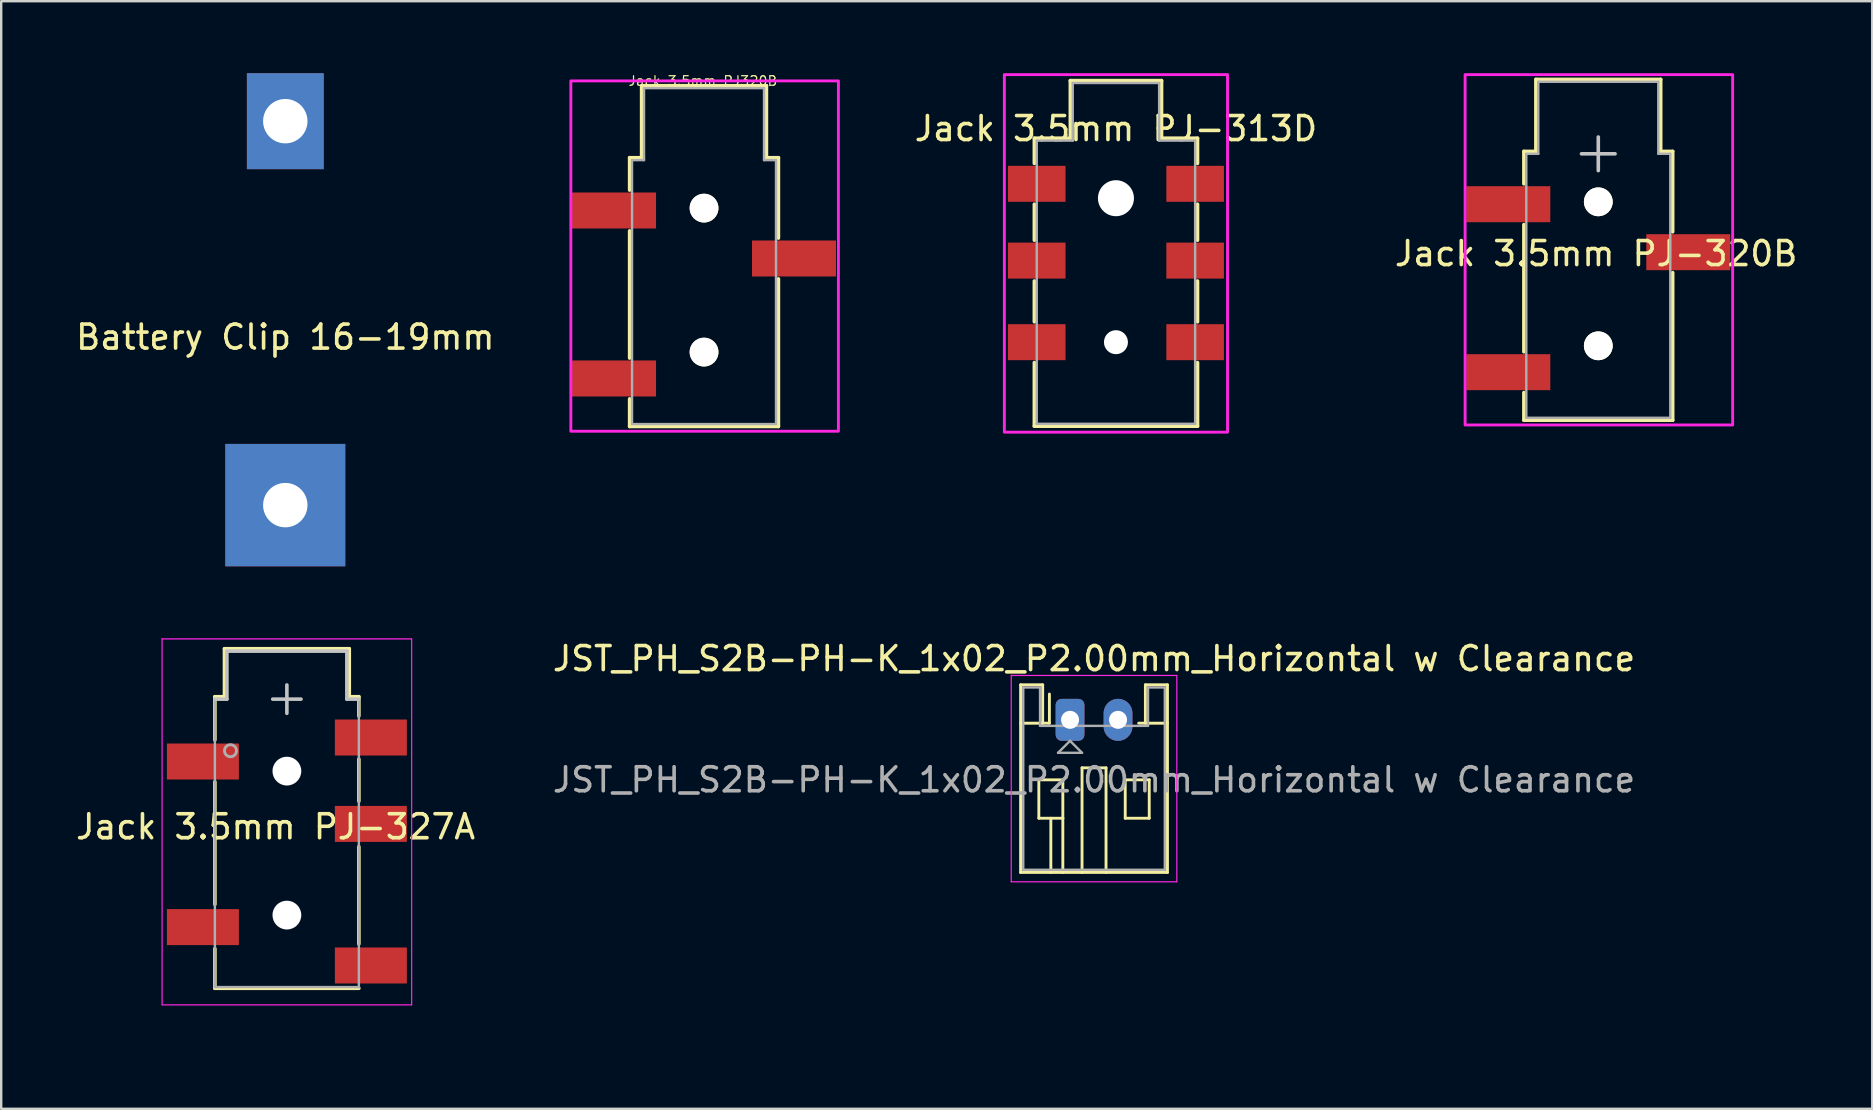
<source format=kicad_pcb>
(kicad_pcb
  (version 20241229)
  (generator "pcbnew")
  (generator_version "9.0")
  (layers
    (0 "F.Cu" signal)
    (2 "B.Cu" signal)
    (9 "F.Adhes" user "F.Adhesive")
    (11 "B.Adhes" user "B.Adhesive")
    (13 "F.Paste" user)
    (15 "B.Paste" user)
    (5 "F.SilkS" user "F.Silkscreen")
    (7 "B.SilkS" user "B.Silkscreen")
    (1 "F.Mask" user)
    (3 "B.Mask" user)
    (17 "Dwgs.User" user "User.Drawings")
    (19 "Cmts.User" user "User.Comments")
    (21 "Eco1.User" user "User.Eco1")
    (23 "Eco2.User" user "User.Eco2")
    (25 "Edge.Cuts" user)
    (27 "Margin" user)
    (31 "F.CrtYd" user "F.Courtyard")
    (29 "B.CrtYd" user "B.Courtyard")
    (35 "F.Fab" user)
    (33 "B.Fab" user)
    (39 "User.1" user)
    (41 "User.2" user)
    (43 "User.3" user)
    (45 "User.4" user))
  (footprint "JST_PH_S2B-PH-K_1x02_P2.00mm_Horizontal w Clearance"
    (layer "F.Cu")
    (at 41.542 26.948)
    (property "Reference" "JST_PH_S2B-PH-K_1x02_P2.00mm_Horizontal w Clearance" (at 1 -2.55 0) (layer "F.SilkS") (effects (font (size 1 1) (thickness 0.15))))
    (attr through_hole)
    (fp_line (start -2.06 -1.46) (end -2.06 6.36) (stroke (width 0.12) (type solid)) (layer "F.SilkS"))
    (fp_line (start -2.06 0.14) (end -1.14 0.14) (stroke (width 0.12) (type solid)) (layer "F.SilkS"))
    (fp_line (start -2.06 6.36) (end 4.06 6.36) (stroke (width 0.12) (type solid)) (layer "F.SilkS"))
    (fp_line (start -1.3 2.5) (end -1.3 4.1) (stroke (width 0.12) (type solid)) (layer "F.SilkS"))
    (fp_line (start -1.3 4.1) (end -0.3 4.1) (stroke (width 0.12) (type solid)) (layer "F.SilkS"))
    (fp_line (start -1.14 -1.46) (end -2.06 -1.46) (stroke (width 0.12) (type solid)) (layer "F.SilkS"))
    (fp_line (start -1.14 0.14) (end -1.14 -1.46) (stroke (width 0.12) (type solid)) (layer "F.SilkS"))
    (fp_line (start -0.86 0.14) (end -1.14 0.14) (stroke (width 0.12) (type solid)) (layer "F.SilkS"))
    (fp_line (start -0.86 0.14) (end -0.86 -1.075) (stroke (width 0.12) (type solid)) (layer "F.SilkS"))
    (fp_line (start -0.8 4.1) (end -0.8 6.36) (stroke (width 0.12) (type solid)) (layer "F.SilkS"))
    (fp_line (start -0.3 2.5) (end -1.3 2.5) (stroke (width 0.12) (type solid)) (layer "F.SilkS"))
    (fp_line (start -0.3 4.1) (end -0.3 2.5) (stroke (width 0.12) (type solid)) (layer "F.SilkS"))
    (fp_line (start -0.3 4.1) (end -0.3 6.36) (stroke (width 0.12) (type solid)) (layer "F.SilkS"))
    (fp_line (start 0.5 2) (end 1.5 2) (stroke (width 0.12) (type solid)) (layer "F.SilkS"))
    (fp_line (start 0.5 6.36) (end 0.5 2) (stroke (width 0.12) (type solid)) (layer "F.SilkS"))
    (fp_line (start 1.5 2) (end 1.5 6.36) (stroke (width 0.12) (type solid)) (layer "F.SilkS"))
    (fp_line (start 2.3 2.5) (end 3.3 2.5) (stroke (width 0.12) (type solid)) (layer "F.SilkS"))
    (fp_line (start 2.3 4.1) (end 2.3 2.5) (stroke (width 0.12) (type solid)) (layer "F.SilkS"))
    (fp_line (start 3.14 -1.46) (end 3.14 0.14) (stroke (width 0.12) (type solid)) (layer "F.SilkS"))
    (fp_line (start 3.14 0.14) (end 2.86 0.14) (stroke (width 0.12) (type solid)) (layer "F.SilkS"))
    (fp_line (start 3.3 2.5) (end 3.3 4.1) (stroke (width 0.12) (type solid)) (layer "F.SilkS"))
    (fp_line (start 3.3 4.1) (end 2.3 4.1) (stroke (width 0.12) (type solid)) (layer "F.SilkS"))
    (fp_line (start 4.06 -1.46) (end 3.14 -1.46) (stroke (width 0.12) (type solid)) (layer "F.SilkS"))
    (fp_line (start 4.06 0.14) (end 3.14 0.14) (stroke (width 0.12) (type solid)) (layer "F.SilkS"))
    (fp_line (start 4.06 6.36) (end 4.06 -1.46) (stroke (width 0.12) (type solid)) (layer "F.SilkS"))
    (fp_line (start -2.45 -1.85) (end -2.45 6.75) (stroke (width 0.05) (type solid)) (layer "F.CrtYd"))
    (fp_line (start -2.45 6.75) (end 4.45 6.75) (stroke (width 0.05) (type solid)) (layer "F.CrtYd"))
    (fp_line (start 4.45 -1.85) (end -2.45 -1.85) (stroke (width 0.05) (type solid)) (layer "F.CrtYd"))
    (fp_line (start 4.45 6.75) (end 4.45 -1.85) (stroke (width 0.05) (type solid)) (layer "F.CrtYd"))
    (fp_line (start -1.95 -1.35) (end -1.95 6.25) (stroke (width 0.1) (type solid)) (layer "F.Fab"))
    (fp_line (start -1.95 6.25) (end 3.95 6.25) (stroke (width 0.1) (type solid)) (layer "F.Fab"))
    (fp_line (start -1.25 -1.35) (end -1.95 -1.35) (stroke (width 0.1) (type solid)) (layer "F.Fab"))
    (fp_line (start -1.25 0.25) (end -1.25 -1.35) (stroke (width 0.1) (type solid)) (layer "F.Fab"))
    (fp_line (start -0.5 1.375) (end 0.5 1.375) (stroke (width 0.1) (type solid)) (layer "F.Fab"))
    (fp_line (start 0 0.875) (end -0.5 1.375) (stroke (width 0.1) (type solid)) (layer "F.Fab"))
    (fp_line (start 0.5 1.375) (end 0 0.875) (stroke (width 0.1) (type solid)) (layer "F.Fab"))
    (fp_line (start 3.25 -1.35) (end 3.25 0.25) (stroke (width 0.1) (type solid)) (layer "F.Fab"))
    (fp_line (start 3.25 0.25) (end -1.25 0.25) (stroke (width 0.1) (type solid)) (layer "F.Fab"))
    (fp_line (start 3.95 -1.35) (end 3.25 -1.35) (stroke (width 0.1) (type solid)) (layer "F.Fab"))
    (fp_line (start 3.95 6.25) (end 3.95 -1.35) (stroke (width 0.1) (type solid)) (layer "F.Fab"))
    (fp_text user "${REFERENCE}" (at 1 2.5 0) (layer "F.Fab") (effects (font (size 1 1) (thickness 0.15))))
    (pad "1" thru_hole roundrect (at 0 0) (size 1.2 1.75) (drill 0.75) (layers "*.Cu" "*.Mask") (roundrect_rratio 0.208))
    (pad "2" thru_hole oval (at 2 0) (size 1.2 1.75) (drill 0.75) (layers "*.Cu" "*.Mask"))
    (zone (net_name "") (layers "F.Cu" "F.SilkS") (name "Socket Clearance") (hatch full 0.5) (connect_pads) (min_thickness 0.25) (filled_areas_thickness no) (keepout (tracks allowed) (vias allowed) (pads allowed) (copperpour allowed) (footprints not_allowed)) (placement (enabled no)) (fill) (polygon (pts (xy 39.482 33.308) (xy 45.602 33.308) (xy 45.602 40.158) (xy 39.482 40.158)))))
  (footprint "Jack 3.5mm PJ-313D"
    (layer "F.Cu")
    (at 43.455 2.81)
    (property "Reference" "Jack 3.5mm PJ-313D" (at 0 -0.5 0) (unlocked yes) (layer "F.SilkS") (effects (font (size 1 1) (thickness 0.15))))
    (attr smd)
    (fp_line (start -3.4 -0.1) (end -3.4 0.95) (stroke (width 0.15) (type default)) (layer "F.SilkS"))
    (fp_line (start -3.4 2.65) (end -3.4 4.15) (stroke (width 0.15) (type default)) (layer "F.SilkS"))
    (fp_line (start -3.4 5.85) (end -3.4 7.55) (stroke (width 0.15) (type default)) (layer "F.SilkS"))
    (fp_line (start -3.4 9.25) (end -3.4 11.9) (stroke (width 0.15) (type default)) (layer "F.SilkS"))
    (fp_line (start -3.4 11.9) (end 3.4 11.9) (stroke (width 0.15) (type default)) (layer "F.SilkS"))
    (fp_line (start -1.9 -2.5) (end -1.9 -0.1) (stroke (width 0.15) (type default)) (layer "F.SilkS"))
    (fp_line (start -1.9 -0.1) (end -3.4 -0.1) (stroke (width 0.15) (type default)) (layer "F.SilkS"))
    (fp_line (start 1.9 -2.5) (end -1.9 -2.5) (stroke (width 0.15) (type default)) (layer "F.SilkS"))
    (fp_line (start 1.9 -0.1) (end 1.9 -2.5) (stroke (width 0.15) (type default)) (layer "F.SilkS"))
    (fp_line (start 3.4 -0.1) (end 1.9 -0.1) (stroke (width 0.15) (type default)) (layer "F.SilkS"))
    (fp_line (start 3.4 0.95) (end 3.4 -0.1) (stroke (width 0.15) (type default)) (layer "F.SilkS"))
    (fp_line (start 3.4 4.15) (end 3.4 2.65) (stroke (width 0.15) (type default)) (layer "F.SilkS"))
    (fp_line (start 3.4 7.55) (end 3.4 5.85) (stroke (width 0.15) (type default)) (layer "F.SilkS"))
    (fp_line (start 3.4 11.9) (end 3.4 9.25) (stroke (width 0.15) (type default)) (layer "F.SilkS"))
    (fp_rect (start -4.65 -2.75) (end 4.65 12.15) (stroke (width 0.12) (type default)) (fill no) (layer "F.CrtYd"))
    (fp_line (start -3.3 0) (end -1.8 0) (stroke (width 0.1) (type default)) (layer "F.Fab"))
    (fp_line (start -3.3 11.8) (end -3.3 0) (stroke (width 0.1) (type default)) (layer "F.Fab"))
    (fp_line (start -1.8 -2.4) (end 1.8 -2.4) (stroke (width 0.1) (type default)) (layer "F.Fab"))
    (fp_line (start -1.8 0) (end -1.8 -2.4) (stroke (width 0.1) (type default)) (layer "F.Fab"))
    (fp_line (start 1.8 -2.4) (end 1.8 0) (stroke (width 0.1) (type default)) (layer "F.Fab"))
    (fp_line (start 1.8 0) (end 3.3 0) (stroke (width 0.1) (type default)) (layer "F.Fab"))
    (fp_line (start 3.3 0) (end 3.3 11.8) (stroke (width 0.1) (type default)) (layer "F.Fab"))
    (fp_line (start 3.3 11.8) (end -3.3 11.8) (stroke (width 0.1) (type default)) (layer "F.Fab"))
    (dimension (type center) (layer "Eco1.User") (pts (xy 43.455 2.81) (xy 43.455 3.26)) (style (thickness 0.1) (arrow_length 1.27) (text_position_mode 0) (extension_offset 0.5) (keep_text_aligned yes)))
    (pad "" np_thru_hole circle (at 0 2.4) (size 1.5 1.5) (drill 1.5) (layers "*.Cu" "*.Mask"))
    (pad "" np_thru_hole circle (at 0 8.4) (size 1 1) (drill 1.5) (layers "*.Cu" "*.Mask"))
    (pad "R" smd rect (at -3.3 5) (size 2.4 1.5) (layers "F.Cu" "F.Mask" "F.Paste"))
    (pad "R" smd rect (at 3.3 5) (size 2.4 1.5) (layers "F.Cu" "F.Mask" "F.Paste"))
    (pad "S" smd rect (at -3.3 1.8) (size 2.4 1.5) (layers "F.Cu" "F.Mask" "F.Paste"))
    (pad "S" smd rect (at 3.3 1.8) (size 2.4 1.5) (layers "F.Cu" "F.Mask" "F.Paste"))
    (pad "T" smd rect (at -3.3 8.4) (size 2.4 1.5) (layers "F.Cu" "F.Mask" "F.Paste"))
    (pad "T" smd rect (at 3.3 8.4) (size 2.4 1.5) (layers "F.Cu" "F.Mask" "F.Paste")))
  (footprint "Jack 3.5mm PJ-327A"
    (layer "F.Cu")
    (at 8.905 26.085)
    (property "Reference" "Jack 3.5mm PJ-327A" (at -0.47 5.32 0) (layer "F.SilkS") (effects (font (size 1 1) (thickness 0.15))))
    (attr smd)
    (fp_line (start -3 -0.1) (end -3 1.7) (stroke (width 0.15) (type solid)) (layer "F.SilkS"))
    (fp_line (start -3 -0.1) (end -2.6 -0.1) (stroke (width 0.15) (type solid)) (layer "F.SilkS"))
    (fp_line (start -3 3.45) (end -3 8.55) (stroke (width 0.15) (type solid)) (layer "F.SilkS"))
    (fp_line (start -3 10.4) (end -3 12.05) (stroke (width 0.15) (type solid)) (layer "F.SilkS"))
    (fp_line (start -3 12.05) (end 3 12.05) (stroke (width 0.15) (type solid)) (layer "F.SilkS"))
    (fp_line (start -2.6 -2.1) (end 2.6 -2.1) (stroke (width 0.15) (type solid)) (layer "F.SilkS"))
    (fp_line (start -2.6 -0.1) (end -2.6 -2.1) (stroke (width 0.15) (type solid)) (layer "F.SilkS"))
    (fp_line (start 2.6 -2.1) (end 2.6 -0.1) (stroke (width 0.15) (type solid)) (layer "F.SilkS"))
    (fp_line (start 2.6 -0.1) (end 3 -0.1) (stroke (width 0.15) (type solid)) (layer "F.SilkS"))
    (fp_line (start 3 0.7) (end 3 -0.1) (stroke (width 0.15) (type solid)) (layer "F.SilkS"))
    (fp_line (start 3 2.5) (end 3 4.25) (stroke (width 0.15) (type solid)) (layer "F.SilkS"))
    (fp_line (start 3 6.15) (end 3 10.2) (stroke (width 0.15) (type solid)) (layer "F.SilkS"))
    (fp_line (start -2.5 -2) (end -2.5 0) (stroke (width 0.15) (type solid)) (layer "Dwgs.User"))
    (fp_line (start -2.5 0) (end -3 0) (stroke (width 0.15) (type solid)) (layer "Dwgs.User"))
    (fp_line (start 2.5 -2) (end -2.5 -2) (stroke (width 0.15) (type solid)) (layer "Dwgs.User"))
    (fp_line (start 2.5 0) (end 2.5 -2) (stroke (width 0.15) (type solid)) (layer "Dwgs.User"))
    (fp_line (start 3 0) (end 2.5 0) (stroke (width 0.15) (type solid)) (layer "Dwgs.User"))
    (fp_line (start -5.2 -2.51) (end -5.2 12.74) (stroke (width 0.05) (type solid)) (layer "F.CrtYd"))
    (fp_line (start -5.2 -2.51) (end 5.2 -2.51) (stroke (width 0.05) (type solid)) (layer "F.CrtYd"))
    (fp_line (start -5.2 12.74) (end 5.2 12.74) (stroke (width 0.05) (type solid)) (layer "F.CrtYd"))
    (fp_line (start 5.2 12.74) (end 5.2 -2.51) (stroke (width 0.05) (type solid)) (layer "F.CrtYd"))
    (fp_line (start -3 0) (end -3 12) (stroke (width 0.1) (type solid)) (layer "F.Fab"))
    (fp_line (start -3 12) (end 3 12) (stroke (width 0.1) (type solid)) (layer "F.Fab"))
    (fp_line (start -2.5 0) (end -3 0) (stroke (width 0.1) (type solid)) (layer "F.Fab"))
    (fp_line (start 3 12) (end 3 0) (stroke (width 0.1) (type solid)) (layer "F.Fab"))
    (fp_circle (center -2.35 2.15) (end -2.1 2.15) (stroke (width 0.12) (type solid)) (fill no) (layer "F.Fab"))
    (dimension (type center) (layer "Dwgs.User") (pts (xy 8.905 26.085) (xy 8.905 26.675)) (style (thickness 0.15) (arrow_length 1.27) (text_position_mode 0) (extension_offset 0.5) (keep_text_aligned yes)))
    (pad "" np_thru_hole circle (at 0 3) (size 1.2 1.2) (drill 1.2) (layers "*.Cu" "*.Mask"))
    (pad "" np_thru_hole circle (at 0 9) (size 1.2 1.2) (drill 1.2) (layers "*.Cu" "*.Mask"))
    (pad "R" smd rect (at 3.5 5.2) (size 3 1.5) (layers "F.Cu" "F.Mask" "F.Paste"))
    (pad "S" smd rect (at -3.5 2.6) (size 3 1.5) (layers "F.Cu" "F.Mask" "F.Paste"))
    (pad "SN" smd rect (at 3.5 1.6) (size 3 1.5) (layers "F.Cu" "F.Mask" "F.Paste"))
    (pad "T" smd rect (at -3.5 9.5) (size 3 1.5) (layers "F.Cu" "F.Mask" "F.Paste"))
    (pad "TN" smd rect (at 3.5 11.1) (size 3 1.5) (layers "F.Cu" "F.Mask" "F.Paste")))
  (footprint "Battery Clip 16-19mm"
    (layer "F.Cu")
    (at 8.839 18)
    (property "Reference" "Battery Clip 16-19mm" (at 0 -7 0) (unlocked yes) (layer "F.SilkS") (effects (font (size 1 1) (thickness 0.15))))
    (attr smd)
    (pad "1" thru_hole rect (at 0 -16) (size 3.2 4) (drill 1.85) (layers "*.Cu" "*.Mask"))
    (pad "1" thru_hole rect (at 0 0) (size 5 5.1) (drill 1.85) (layers "*.Cu" "*.Mask")))
  (footprint "Jack 3.5mm PJ-320B"
    (layer "F.Cu")
    (at 63.556 3.36)
    (property "Reference" "Jack 3.5mm PJ-320B" (at -0.09 4.16 0) (layer "F.SilkS") (effects (font (size 1 1) (thickness 0.15))))
    (attr smd)
    (fp_line (start -3.1 -0.1) (end -3.1 1.25) (stroke (width 0.15) (type default)) (layer "F.SilkS"))
    (fp_line (start -3.1 2.95) (end -3.1 8.25) (stroke (width 0.15) (type default)) (layer "F.SilkS"))
    (fp_line (start -3.1 9.95) (end -3.1 11.1) (stroke (width 0.15) (type default)) (layer "F.SilkS"))
    (fp_line (start -3.1 11.1) (end 3.1 11.1) (stroke (width 0.15) (type default)) (layer "F.SilkS"))
    (fp_line (start -2.6 -3.1) (end -2.6 -0.1) (stroke (width 0.15) (type default)) (layer "F.SilkS"))
    (fp_line (start -2.6 -0.1) (end -3.1 -0.1) (stroke (width 0.15) (type default)) (layer "F.SilkS"))
    (fp_line (start 2.6 -3.1) (end -2.6 -3.1) (stroke (width 0.15) (type default)) (layer "F.SilkS"))
    (fp_line (start 2.6 -0.1) (end 2.6 -3.1) (stroke (width 0.15) (type default)) (layer "F.SilkS"))
    (fp_line (start 3.1 -0.1) (end 2.6 -0.1) (stroke (width 0.15) (type default)) (layer "F.SilkS"))
    (fp_line (start 3.1 3.25) (end 3.1 -0.1) (stroke (width 0.15) (type default)) (layer "F.SilkS"))
    (fp_line (start 3.1 11.1) (end 3.1 4.95) (stroke (width 0.15) (type default)) (layer "F.SilkS"))
    (fp_rect (start -5.55 -3.3) (end 5.6 11.3) (stroke (width 0.12) (type default)) (fill no) (layer "F.CrtYd"))
    (fp_line (start -3 0) (end -2.5 0) (stroke (width 0.1) (type default)) (layer "F.Fab"))
    (fp_line (start -3 11) (end -3 0) (stroke (width 0.1) (type default)) (layer "F.Fab"))
    (fp_line (start -2.5 -3) (end 2.5 -3) (stroke (width 0.1) (type solid)) (layer "F.Fab"))
    (fp_line (start -2.5 0) (end -2.5 -3) (stroke (width 0.1) (type default)) (layer "F.Fab"))
    (fp_line (start 2.5 -3) (end 2.5 0) (stroke (width 0.1) (type default)) (layer "F.Fab"))
    (fp_line (start 2.5 0) (end 3 0) (stroke (width 0.1) (type default)) (layer "F.Fab"))
    (fp_line (start 3 0) (end 3 11) (stroke (width 0.1) (type default)) (layer "F.Fab"))
    (fp_line (start 3 11) (end -3 11) (stroke (width 0.1) (type default)) (layer "F.Fab"))
    (dimension (type center) (layer "Dwgs.User") (pts (xy 63.556 3.36) (xy 63.556 4.06)) (style (thickness 0.15) (arrow_length 1.27) (text_position_mode 0) (extension_offset 0.5) (keep_text_aligned yes)))
    (pad "" np_thru_hole circle (at 0 2) (size 1.2 1.2) (drill 1.2) (layers "*.Cu" "*.Mask" "F.SilkS"))
    (pad "" np_thru_hole circle (at 0 8) (size 1.2 1.2) (drill 1.2) (layers "*.Cu" "*.Mask" "F.SilkS"))
    (pad "R" smd rect (at 3.75 4.1) (size 3.5 1.5) (layers "F.Cu" "F.Mask" "F.Paste"))
    (pad "S" smd rect (at -3.75 2.1) (size 3.5 1.5) (layers "F.Cu" "F.Mask" "F.Paste"))
    (pad "T" smd rect (at -3.75 9.1) (size 3.5 1.5) (layers "F.Cu" "F.Mask" "F.Paste")))
  (footprint "Jack 3.5mm PJ320B"
    (layer "F.Cu")
    (at 26.289 3.622)
    (property "Reference" "Jack 3.5mm PJ320B" (at -0.05 -3.3 0) (layer "F.SilkS") (effects (font (size 0.399 0.399) (thickness 0.051))))
    (attr smd)
    (fp_line (start -3.1 -0.1) (end -3.1 1.25) (stroke (width 0.15) (type default)) (layer "F.SilkS"))
    (fp_line (start -3.1 2.95) (end -3.1 8.25) (stroke (width 0.15) (type default)) (layer "F.SilkS"))
    (fp_line (start -3.1 9.95) (end -3.1 11.1) (stroke (width 0.15) (type default)) (layer "F.SilkS"))
    (fp_line (start -3.1 11.1) (end 3.1 11.1) (stroke (width 0.15) (type default)) (layer "F.SilkS"))
    (fp_line (start -2.6 -3.1) (end -2.6 -0.1) (stroke (width 0.15) (type default)) (layer "F.SilkS"))
    (fp_line (start -2.6 -0.1) (end -3.1 -0.1) (stroke (width 0.15) (type default)) (layer "F.SilkS"))
    (fp_line (start 2.6 -3.1) (end -2.6 -3.1) (stroke (width 0.15) (type default)) (layer "F.SilkS"))
    (fp_line (start 2.6 -0.1) (end 2.6 -3.1) (stroke (width 0.15) (type default)) (layer "F.SilkS"))
    (fp_line (start 3.1 -0.1) (end 2.6 -0.1) (stroke (width 0.15) (type default)) (layer "F.SilkS"))
    (fp_line (start 3.1 3.25) (end 3.1 -0.1) (stroke (width 0.15) (type default)) (layer "F.SilkS"))
    (fp_line (start 3.1 11.1) (end 3.1 4.95) (stroke (width 0.15) (type default)) (layer "F.SilkS"))
    (fp_rect (start -5.55 -3.3) (end 5.6 11.3) (stroke (width 0.12) (type default)) (fill no) (layer "F.CrtYd"))
    (fp_line (start -3 0) (end -2.5 0) (stroke (width 0.1) (type default)) (layer "F.Fab"))
    (fp_line (start -3 11) (end -3 0) (stroke (width 0.1) (type default)) (layer "F.Fab"))
    (fp_line (start -2.5 -3) (end 2.5 -3) (stroke (width 0.1) (type solid)) (layer "F.Fab"))
    (fp_line (start -2.5 0) (end -2.5 -3) (stroke (width 0.1) (type default)) (layer "F.Fab"))
    (fp_line (start 2.5 -3) (end 2.5 0) (stroke (width 0.1) (type default)) (layer "F.Fab"))
    (fp_line (start 2.5 0) (end 3 0) (stroke (width 0.1) (type default)) (layer "F.Fab"))
    (fp_line (start 3 0) (end 3 11) (stroke (width 0.1) (type default)) (layer "F.Fab"))
    (fp_line (start 3 11) (end -3 11) (stroke (width 0.1) (type default)) (layer "F.Fab"))
    (dimension (type center) (layer "Eco1.User") (pts (xy 26.289 3.622) (xy 26.289 4.322)) (style (thickness 0.1) (arrow_length 1.27) (text_position_mode 0) (extension_offset 0.5) (keep_text_aligned yes)))
    (pad "" np_thru_hole circle (at 0 2) (size 1.2 1.2) (drill 1.2) (layers "*.Cu" "*.Mask" "F.SilkS"))
    (pad "" np_thru_hole circle (at 0 8) (size 1.2 1.2) (drill 1.2) (layers "*.Cu" "*.Mask" "F.SilkS"))
    (pad "R" smd rect (at 3.75 4.1) (size 3.5 1.5) (layers "F.Cu" "F.Mask" "F.Paste"))
    (pad "S" smd rect (at -3.75 2.1) (size 3.5 1.5) (layers "F.Cu" "F.Mask" "F.Paste"))
    (pad "T" smd rect (at -3.75 9.1) (size 3.5 1.5) (layers "F.Cu" "F.Mask" "F.Paste")))
  (gr_rect
    (start -3 -3)
    (end 74.972 43.158)
    (stroke (width 0.1) (type default))
    (fill no)
    (layer "Edge.Cuts")))
</source>
